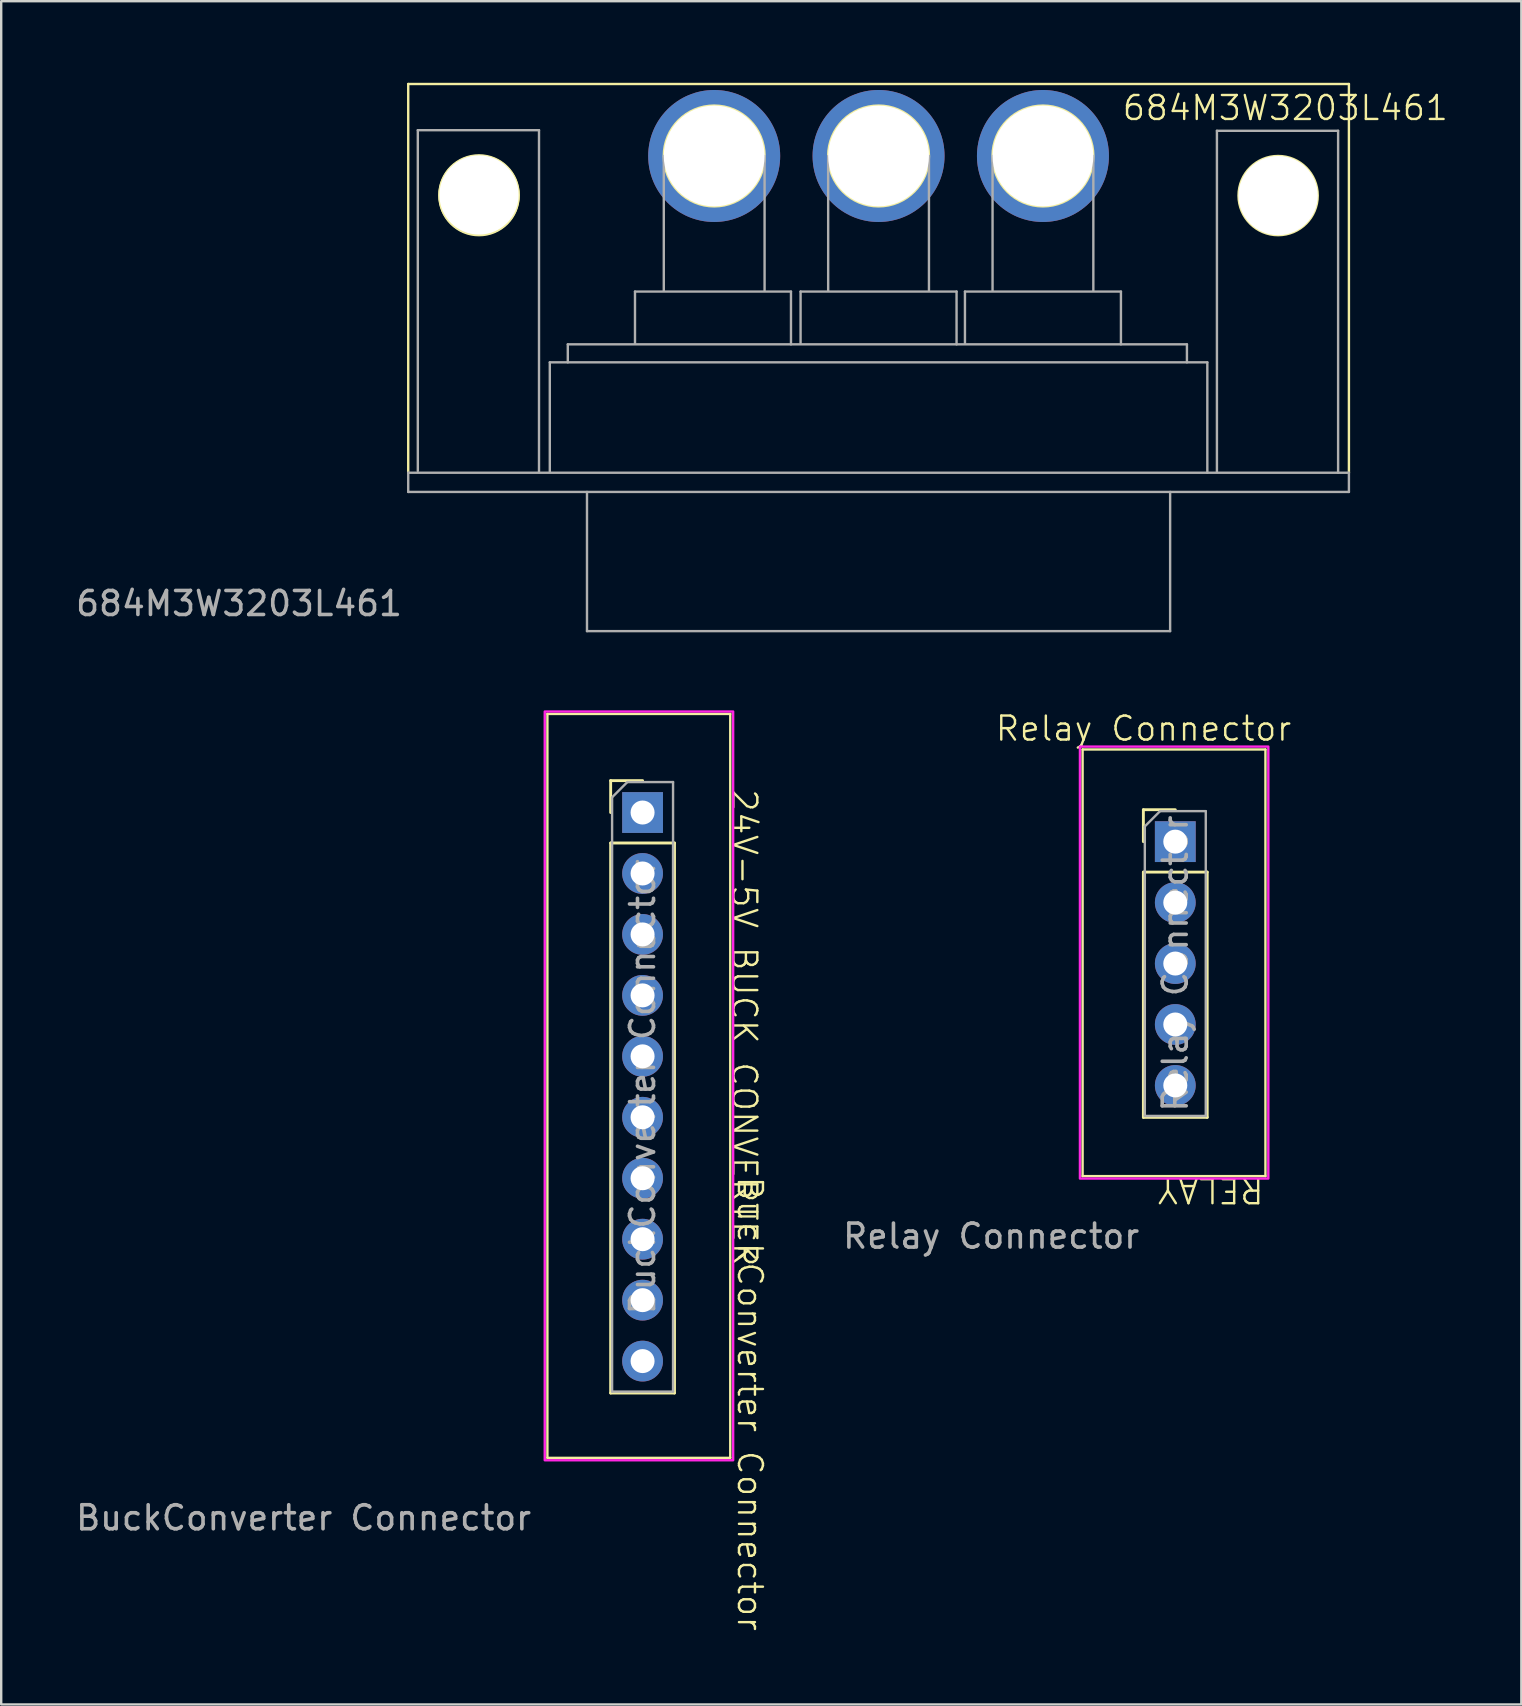
<source format=kicad_pcb>
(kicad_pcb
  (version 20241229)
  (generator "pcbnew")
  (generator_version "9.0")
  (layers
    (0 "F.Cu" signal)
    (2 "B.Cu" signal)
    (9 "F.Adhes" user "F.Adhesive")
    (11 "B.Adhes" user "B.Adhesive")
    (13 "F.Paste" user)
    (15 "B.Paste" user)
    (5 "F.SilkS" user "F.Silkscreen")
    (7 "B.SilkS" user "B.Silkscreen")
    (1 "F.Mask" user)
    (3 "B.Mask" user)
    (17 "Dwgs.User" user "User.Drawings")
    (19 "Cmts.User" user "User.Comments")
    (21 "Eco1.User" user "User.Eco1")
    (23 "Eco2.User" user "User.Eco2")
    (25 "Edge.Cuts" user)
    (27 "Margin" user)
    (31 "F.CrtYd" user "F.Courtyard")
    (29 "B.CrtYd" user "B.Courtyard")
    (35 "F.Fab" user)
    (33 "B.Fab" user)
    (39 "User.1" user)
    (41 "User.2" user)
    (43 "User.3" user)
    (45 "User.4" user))
  (footprint "684M3W3203L461"
    (layer "F.Cu")
    (at 6.911 19.6)
    (property "Reference" "684M3W3203L461" (at 43.6 -18.15 0) (unlocked yes) (layer "F.SilkS") (effects (font (size 1 1) (thickness 0.1))))
    (attr through_hole)
    (fp_line (start 7.05 -19.15) (end 46.25 -19.15) (stroke (width 0.1) (type default)) (layer "F.SilkS"))
    (fp_line (start 7.05 -2.95) (end 7.05 -19.15) (stroke (width 0.1) (type default)) (layer "F.SilkS"))
    (fp_line (start 46.25 -2.95) (end 46.25 -19.15) (stroke (width 0.1) (type default)) (layer "F.SilkS"))
    (fp_circle (center 10 -14.525) (end 10 -12.875) (stroke (width 0.1) (type default)) (fill no) (layer "F.SilkS"))
    (fp_circle (center 10 -14.5) (end 10 -12.85) (stroke (width 0.1) (type default)) (fill no) (layer "F.SilkS"))
    (fp_circle (center 19.8 -16.15) (end 17.7 -16.15) (stroke (width 0.1) (type default)) (fill no) (layer "F.SilkS"))
    (fp_circle (center 26.65 -16.15) (end 24.55 -16.15) (stroke (width 0.1) (type default)) (fill no) (layer "F.SilkS"))
    (fp_circle (center 33.5 -16.15) (end 31.4 -16.15) (stroke (width 0.1) (type default)) (fill no) (layer "F.SilkS"))
    (fp_circle (center 43.3 -14.5) (end 43.3 -12.85) (stroke (width 0.1) (type default)) (fill no) (layer "F.SilkS"))
    (fp_rect (start 6.65 -19.55) (end 46.7 3.9) (stroke (width 0.1) (type default)) (fill no) (layer "Margin"))
    (fp_line (start 7.05 -2.95) (end 7.05 -2.15) (stroke (width 0.1) (type default)) (layer "F.Fab"))
    (fp_line (start 7.05 -2.95) (end 46.25 -2.95) (stroke (width 0.1) (type default)) (layer "F.Fab"))
    (fp_line (start 7.05 -2.15) (end 46.25 -2.15) (stroke (width 0.1) (type default)) (layer "F.Fab"))
    (fp_line (start 7.45 -17.225) (end 7.45 -3.025) (stroke (width 0.1) (type default)) (layer "F.Fab"))
    (fp_line (start 12.5 -17.225) (end 7.45 -17.225) (stroke (width 0.1) (type default)) (layer "F.Fab"))
    (fp_line (start 12.5 -17.225) (end 12.5 -2.975) (stroke (width 0.1) (type default)) (layer "F.Fab"))
    (fp_line (start 12.95 -7.55) (end 40.35 -7.55) (stroke (width 0.1) (type default)) (layer "F.Fab"))
    (fp_line (start 12.95 -3) (end 12.95 -7.55) (stroke (width 0.1) (type default)) (layer "F.Fab"))
    (fp_line (start 13.7 -8.3) (end 39.5 -8.3) (stroke (width 0.1) (type default)) (layer "F.Fab"))
    (fp_line (start 13.7 -7.55) (end 13.7 -8.3) (stroke (width 0.1) (type default)) (layer "F.Fab"))
    (fp_line (start 14.5 -2.15) (end 14.5 3.65) (stroke (width 0.1) (type default)) (layer "F.Fab"))
    (fp_line (start 14.5 3.65) (end 38.8 3.65) (stroke (width 0.1) (type default)) (layer "F.Fab"))
    (fp_line (start 16.5 -10.5) (end 23 -10.5) (stroke (width 0.1) (type default)) (layer "F.Fab"))
    (fp_line (start 16.5 -8.35) (end 16.5 -10.5) (stroke (width 0.1) (type default)) (layer "F.Fab"))
    (fp_line (start 17.7 -16.15) (end 17.7 -10.55) (stroke (width 0.1) (type default)) (layer "F.Fab"))
    (fp_line (start 21.9 -16.15) (end 21.9 -10.55) (stroke (width 0.1) (type default)) (layer "F.Fab"))
    (fp_line (start 23 -10.5) (end 23 -8.3) (stroke (width 0.1) (type default)) (layer "F.Fab"))
    (fp_line (start 23.4 -10.5) (end 29.9 -10.5) (stroke (width 0.1) (type default)) (layer "F.Fab"))
    (fp_line (start 23.4 -8.35) (end 23.4 -10.5) (stroke (width 0.1) (type default)) (layer "F.Fab"))
    (fp_line (start 24.55 -16.15) (end 24.55 -10.55) (stroke (width 0.1) (type default)) (layer "F.Fab"))
    (fp_line (start 28.75 -16.15) (end 28.75 -10.55) (stroke (width 0.1) (type default)) (layer "F.Fab"))
    (fp_line (start 29.9 -10.5) (end 29.9 -8.3) (stroke (width 0.1) (type default)) (layer "F.Fab"))
    (fp_line (start 30.25 -10.5) (end 36.75 -10.5) (stroke (width 0.1) (type default)) (layer "F.Fab"))
    (fp_line (start 30.25 -8.35) (end 30.25 -10.5) (stroke (width 0.1) (type default)) (layer "F.Fab"))
    (fp_line (start 31.4 -16.15) (end 31.4 -10.55) (stroke (width 0.1) (type default)) (layer "F.Fab"))
    (fp_line (start 35.6 -16.15) (end 35.6 -10.55) (stroke (width 0.1) (type default)) (layer "F.Fab"))
    (fp_line (start 36.75 -10.5) (end 36.75 -8.3) (stroke (width 0.1) (type default)) (layer "F.Fab"))
    (fp_line (start 38.8 -2.15) (end 38.8 3.65) (stroke (width 0.1) (type default)) (layer "F.Fab"))
    (fp_line (start 39.5 -8.3) (end 39.5 -7.55) (stroke (width 0.1) (type default)) (layer "F.Fab"))
    (fp_line (start 40.35 -7.55) (end 40.35 -2.95) (stroke (width 0.1) (type default)) (layer "F.Fab"))
    (fp_line (start 40.75 -17.2) (end 40.75 -3) (stroke (width 0.1) (type default)) (layer "F.Fab"))
    (fp_line (start 45.8 -17.2) (end 40.75 -17.2) (stroke (width 0.1) (type default)) (layer "F.Fab"))
    (fp_line (start 45.8 -17.2) (end 45.8 -2.95) (stroke (width 0.1) (type default)) (layer "F.Fab"))
    (fp_line (start 46.25 -2.15) (end 46.25 -2.95) (stroke (width 0.1) (type default)) (layer "F.Fab"))
    (fp_text user "${REFERENCE}" (at 0 2.5 0) (unlocked yes) (layer "F.Fab") (effects (font (size 1 1) (thickness 0.15))))
    (pad "" np_thru_hole circle (at 10 -14.525) (size 3.3 3.3) (drill 3.3) (layers "*.Cu" "*.Mask"))
    (pad "" np_thru_hole circle (at 43.3 -14.5) (size 3.3 3.3) (drill 3.3) (layers "*.Cu" "*.Mask"))
    (pad "1" thru_hole circle (at 19.8 -16.15) (size 5.5 5.5) (drill 4.2) (layers "*.Cu" "*.Mask"))
    (pad "2" thru_hole circle (at 26.65 -16.15) (size 5.5 5.5) (drill 4.2) (layers "*.Cu" "*.Mask"))
    (pad "3" thru_hole circle (at 33.5 -16.15) (size 5.5 5.5) (drill 4.2) (layers "*.Cu" "*.Mask")))
  (footprint "BuckConverter Connector"
    (layer "F.Cu")
    (at 9.601 57.7)
    (property "Reference" "BuckConverter Connector" (at 18.6 -2.25 270) (unlocked yes) (layer "F.SilkS") (effects (font (size 1 1) (thickness 0.1))))
    (attr through_hole)
    (fp_line (start 10.16 -31) (end 17.78 -31) (stroke (width 0.1) (type default)) (layer "F.SilkS"))
    (fp_line (start 10.16 0) (end 10.16 -31) (stroke (width 0.1) (type default)) (layer "F.SilkS"))
    (fp_line (start 10.16 0) (end 17.78 0) (stroke (width 0.1) (type default)) (layer "F.SilkS"))
    (fp_line (start 12.796 -28.221) (end 14.126 -28.221) (stroke (width 0.12) (type solid)) (layer "F.SilkS"))
    (fp_line (start 12.796 -26.891) (end 12.796 -28.221) (stroke (width 0.12) (type solid)) (layer "F.SilkS"))
    (fp_line (start 12.796 -25.621) (end 12.796 -2.701) (stroke (width 0.12) (type solid)) (layer "F.SilkS"))
    (fp_line (start 12.796 -25.621) (end 15.456 -25.621) (stroke (width 0.12) (type solid)) (layer "F.SilkS"))
    (fp_line (start 12.796 -2.701) (end 15.456 -2.701) (stroke (width 0.12) (type solid)) (layer "F.SilkS"))
    (fp_line (start 15.456 -25.621) (end 15.456 -2.701) (stroke (width 0.12) (type solid)) (layer "F.SilkS"))
    (fp_line (start 17.78 0) (end 17.78 -31) (stroke (width 0.1) (type default)) (layer "F.SilkS"))
    (fp_rect (start 10.05 -31.1) (end 17.9 0.1) (stroke (width 0.1) (type default)) (fill no) (layer "F.CrtYd"))
    (fp_line (start 12.856 -27.526) (end 13.491 -28.161) (stroke (width 0.1) (type solid)) (layer "F.Fab"))
    (fp_line (start 12.856 -2.761) (end 12.856 -27.526) (stroke (width 0.1) (type solid)) (layer "F.Fab"))
    (fp_line (start 13.491 -28.161) (end 15.396 -28.161) (stroke (width 0.1) (type solid)) (layer "F.Fab"))
    (fp_line (start 15.396 -28.161) (end 15.396 -2.761) (stroke (width 0.1) (type solid)) (layer "F.Fab"))
    (fp_line (start 15.396 -2.761) (end 12.856 -2.761) (stroke (width 0.1) (type solid)) (layer "F.Fab"))
    (fp_text user "24V-5V BUCK CONVERTER" (at 17.78 -27.94 270) (unlocked yes) (layer "F.SilkS") (effects (font (size 1 1) (thickness 0.1)) (justify left bottom)))
    (fp_text user "${REFERENCE}" (at 0 2.5 0) (unlocked yes) (layer "F.Fab") (effects (font (size 1 1) (thickness 0.15))))
    (fp_text user "${REFERENCE}" (at 14.126 -15.461 90) (layer "F.Fab") (effects (font (size 1 1) (thickness 0.15))))
    (pad "1" thru_hole rect (at 14.126 -26.891) (size 1.7 1.7) (drill 1) (layers "*.Cu" "*.Mask"))
    (pad "2" thru_hole oval (at 14.126 -24.351) (size 1.7 1.7) (drill 1) (layers "*.Cu" "*.Mask"))
    (pad "3" thru_hole oval (at 14.126 -21.811) (size 1.7 1.7) (drill 1) (layers "*.Cu" "*.Mask"))
    (pad "4" thru_hole oval (at 14.126 -19.271) (size 1.7 1.7) (drill 1) (layers "*.Cu" "*.Mask"))
    (pad "5" thru_hole oval (at 14.126 -16.731) (size 1.7 1.7) (drill 1) (layers "*.Cu" "*.Mask"))
    (pad "6" thru_hole oval (at 14.126 -14.191) (size 1.7 1.7) (drill 1) (layers "*.Cu" "*.Mask"))
    (pad "7" thru_hole oval (at 14.126 -11.651) (size 1.7 1.7) (drill 1) (layers "*.Cu" "*.Mask"))
    (pad "8" thru_hole oval (at 14.126 -9.111) (size 1.7 1.7) (drill 1) (layers "*.Cu" "*.Mask"))
    (pad "9" thru_hole oval (at 14.126 -6.571) (size 1.7 1.7) (drill 1) (layers "*.Cu" "*.Mask"))
    (pad "10" thru_hole oval (at 14.126 -4.031) (size 1.7 1.7) (drill 1) (layers "*.Cu" "*.Mask")))
  (footprint "Relay Connector"
    (layer "F.Cu")
    (at 38.253 45.961)
    (property "Reference" "Relay Connector" (at 6.35 -18.65 0) (unlocked yes) (layer "F.SilkS") (effects (font (size 1 1) (thickness 0.1))))
    (attr through_hole)
    (fp_line (start 3.81 -17.78) (end 3.81 0) (stroke (width 0.1) (type default)) (layer "F.SilkS"))
    (fp_line (start 3.81 0) (end 11.43 0) (stroke (width 0.1) (type default)) (layer "F.SilkS"))
    (fp_line (start 6.343 -15.269) (end 7.673 -15.269) (stroke (width 0.12) (type solid)) (layer "F.SilkS"))
    (fp_line (start 6.343 -13.939) (end 6.343 -15.269) (stroke (width 0.12) (type solid)) (layer "F.SilkS"))
    (fp_line (start 6.343 -12.669) (end 6.343 -2.449) (stroke (width 0.12) (type solid)) (layer "F.SilkS"))
    (fp_line (start 6.343 -12.669) (end 9.003 -12.669) (stroke (width 0.12) (type solid)) (layer "F.SilkS"))
    (fp_line (start 6.343 -2.449) (end 9.003 -2.449) (stroke (width 0.12) (type solid)) (layer "F.SilkS"))
    (fp_line (start 9.003 -12.669) (end 9.003 -2.449) (stroke (width 0.12) (type solid)) (layer "F.SilkS"))
    (fp_line (start 11.43 -17.78) (end 3.81 -17.78) (stroke (width 0.1) (type default)) (layer "F.SilkS"))
    (fp_line (start 11.43 0) (end 11.43 -17.78) (stroke (width 0.1) (type default)) (layer "F.SilkS"))
    (fp_rect (start 3.7 -17.9) (end 11.55 0.1) (stroke (width 0.1) (type default)) (fill no) (layer "F.CrtYd"))
    (fp_line (start 6.403 -14.574) (end 7.038 -15.209) (stroke (width 0.1) (type solid)) (layer "F.Fab"))
    (fp_line (start 6.403 -2.509) (end 6.403 -14.574) (stroke (width 0.1) (type solid)) (layer "F.Fab"))
    (fp_line (start 7.038 -15.209) (end 8.943 -15.209) (stroke (width 0.1) (type solid)) (layer "F.Fab"))
    (fp_line (start 8.943 -15.209) (end 8.943 -2.509) (stroke (width 0.1) (type solid)) (layer "F.Fab"))
    (fp_line (start 8.943 -2.509) (end 6.403 -2.509) (stroke (width 0.1) (type solid)) (layer "F.Fab"))
    (fp_text user "RELAY" (at 11.43 0 180) (unlocked yes) (layer "F.SilkS") (effects (font (size 1 1) (thickness 0.1)) (justify left bottom)))
    (fp_text user "${REFERENCE}" (at 7.673 -8.859 90) (layer "F.Fab") (effects (font (size 1 1) (thickness 0.15))))
    (fp_text user "${REFERENCE}" (at 0 2.5 0) (unlocked yes) (layer "F.Fab") (effects (font (size 1 1) (thickness 0.15))))
    (pad "1" thru_hole rect (at 7.673 -13.939) (size 1.7 1.7) (drill 1) (layers "*.Cu" "*.Mask"))
    (pad "2" thru_hole oval (at 7.673 -11.399) (size 1.7 1.7) (drill 1) (layers "*.Cu" "*.Mask"))
    (pad "3" thru_hole oval (at 7.673 -8.859) (size 1.7 1.7) (drill 1) (layers "*.Cu" "*.Mask"))
    (pad "4" thru_hole oval (at 7.673 -6.319) (size 1.7 1.7) (drill 1) (layers "*.Cu" "*.Mask"))
    (pad "5" thru_hole oval (at 7.673 -3.779) (size 1.7 1.7) (drill 1) (layers "*.Cu" "*.Mask")))
  (gr_rect
    (start -3 -3)
    (end 60.346 67.976)
    (stroke (width 0.1) (type default))
    (fill no)
    (layer "Edge.Cuts")))
</source>
